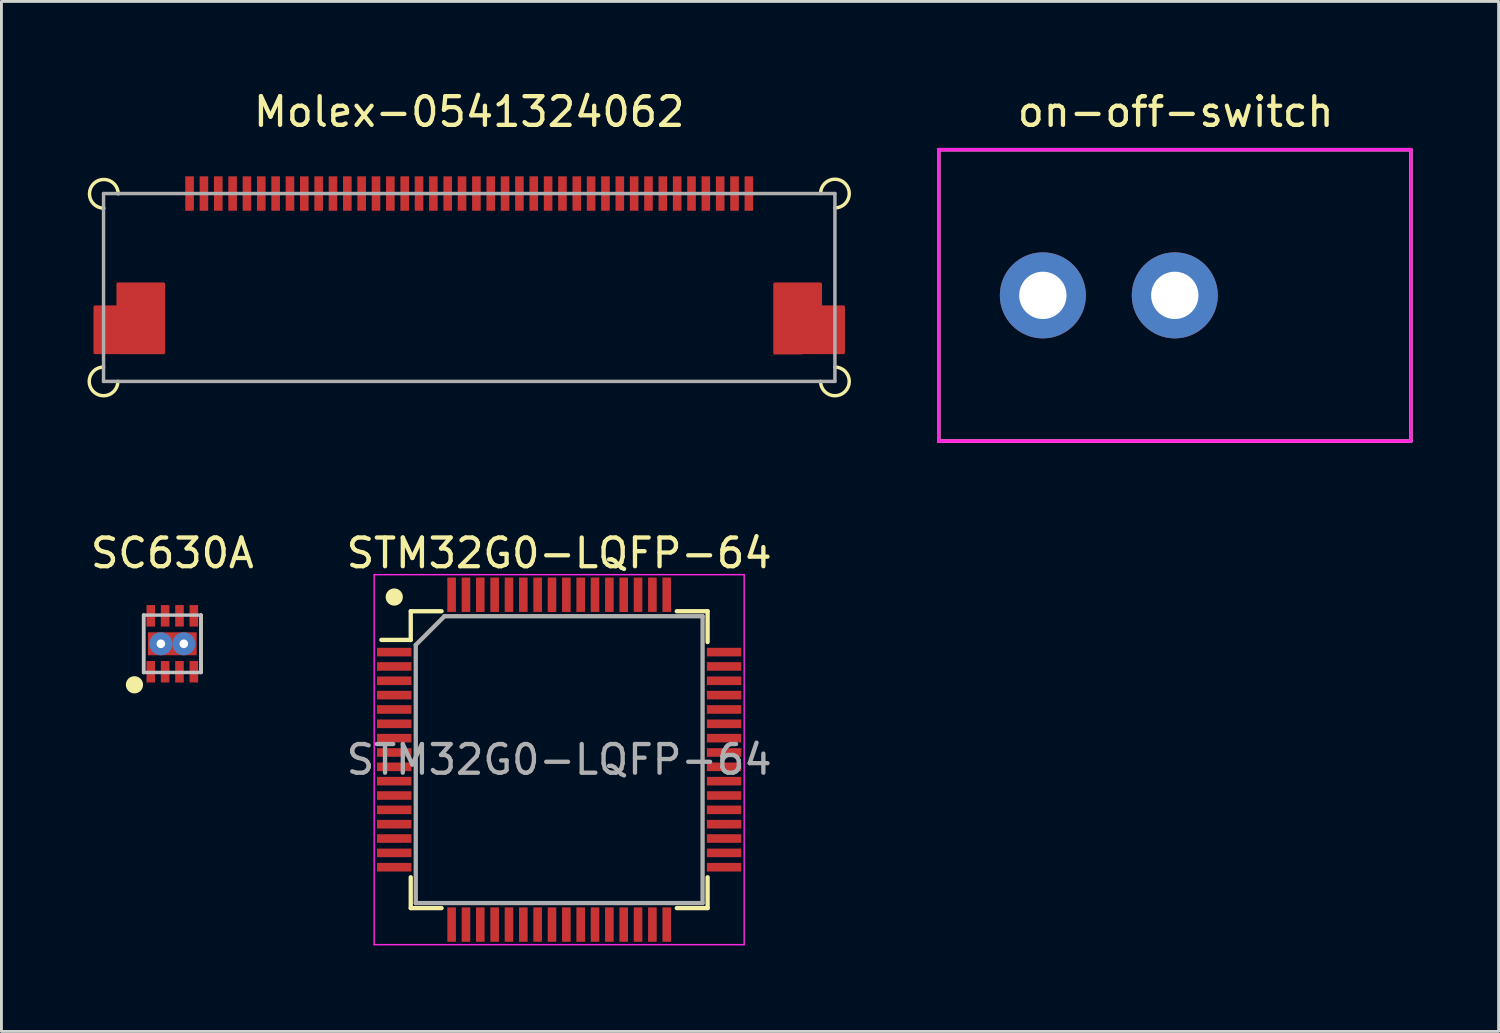
<source format=kicad_pcb>
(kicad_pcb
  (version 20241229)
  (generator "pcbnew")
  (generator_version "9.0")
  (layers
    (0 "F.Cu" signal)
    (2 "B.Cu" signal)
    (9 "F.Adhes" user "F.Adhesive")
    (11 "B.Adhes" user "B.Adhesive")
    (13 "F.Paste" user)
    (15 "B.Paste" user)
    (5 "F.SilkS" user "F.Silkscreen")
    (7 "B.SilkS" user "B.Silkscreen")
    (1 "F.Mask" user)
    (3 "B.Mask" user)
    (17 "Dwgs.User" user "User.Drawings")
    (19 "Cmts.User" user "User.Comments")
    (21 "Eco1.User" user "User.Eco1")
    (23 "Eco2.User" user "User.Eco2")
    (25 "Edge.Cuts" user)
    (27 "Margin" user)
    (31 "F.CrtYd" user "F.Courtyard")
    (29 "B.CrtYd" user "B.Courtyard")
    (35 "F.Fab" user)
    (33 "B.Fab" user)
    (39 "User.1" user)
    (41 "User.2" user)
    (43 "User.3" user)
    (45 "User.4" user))
  (footprint "STM32G0-LQFP-64"
    (layer "F.Cu")
    (at 16.446 23.436)
    (property "Reference" "STM32G0-LQFP-64" (at 0 -7.2 0) (layer "F.SilkS") (effects (font (size 1 1) (thickness 0.15))))
    (attr smd)
    (fp_line (start -5.175 -5.175) (end -5.175 -4.175) (stroke (width 0.15) (type solid)) (layer "F.SilkS"))
    (fp_line (start -5.175 -5.175) (end -4.1 -5.175) (stroke (width 0.15) (type solid)) (layer "F.SilkS"))
    (fp_line (start -5.175 -4.175) (end -6.2 -4.175) (stroke (width 0.15) (type solid)) (layer "F.SilkS"))
    (fp_line (start -5.175 5.175) (end -5.175 4.1) (stroke (width 0.15) (type solid)) (layer "F.SilkS"))
    (fp_line (start -5.175 5.175) (end -4.1 5.175) (stroke (width 0.15) (type solid)) (layer "F.SilkS"))
    (fp_line (start 5.175 -5.175) (end 4.1 -5.175) (stroke (width 0.15) (type solid)) (layer "F.SilkS"))
    (fp_line (start 5.175 -5.175) (end 5.175 -4.1) (stroke (width 0.15) (type solid)) (layer "F.SilkS"))
    (fp_line (start 5.175 5.175) (end 4.1 5.175) (stroke (width 0.15) (type solid)) (layer "F.SilkS"))
    (fp_line (start 5.175 5.175) (end 5.175 4.1) (stroke (width 0.15) (type solid)) (layer "F.SilkS"))
    (fp_circle (center -5.75 -5.67) (end -5.6 -5.67) (stroke (width 0.3) (type solid)) (fill no) (layer "F.SilkS"))
    (fp_line (start -6.45 -6.45) (end -6.45 6.45) (stroke (width 0.05) (type solid)) (layer "F.CrtYd"))
    (fp_line (start -6.45 -6.45) (end 6.45 -6.45) (stroke (width 0.05) (type solid)) (layer "F.CrtYd"))
    (fp_line (start -6.45 6.45) (end 6.45 6.45) (stroke (width 0.05) (type solid)) (layer "F.CrtYd"))
    (fp_line (start 6.45 -6.45) (end 6.45 6.45) (stroke (width 0.05) (type solid)) (layer "F.CrtYd"))
    (fp_line (start -5 -4) (end -4 -5) (stroke (width 0.15) (type solid)) (layer "F.Fab"))
    (fp_line (start -5 5) (end -5 -4) (stroke (width 0.15) (type solid)) (layer "F.Fab"))
    (fp_line (start -4 -5) (end 5 -5) (stroke (width 0.15) (type solid)) (layer "F.Fab"))
    (fp_line (start 5 -5) (end 5 5) (stroke (width 0.15) (type solid)) (layer "F.Fab"))
    (fp_line (start 5 5) (end -5 5) (stroke (width 0.15) (type solid)) (layer "F.Fab"))
    (fp_text user "${REFERENCE}" (at 0 0 0) (layer "F.Fab") (effects (font (size 1 1) (thickness 0.15))))
    (pad "1" smd rect (at -5.75 -3.75) (size 1.2 0.3) (layers "F.Cu" "F.Mask" "F.Paste"))
    (pad "2" smd rect (at -5.75 -3.25) (size 1.2 0.3) (layers "F.Cu" "F.Mask" "F.Paste"))
    (pad "3" smd rect (at -5.75 -2.75) (size 1.2 0.3) (layers "F.Cu" "F.Mask" "F.Paste"))
    (pad "4" smd rect (at -5.75 -2.25) (size 1.2 0.3) (layers "F.Cu" "F.Mask" "F.Paste"))
    (pad "5" smd rect (at -5.75 -1.75) (size 1.2 0.3) (layers "F.Cu" "F.Mask" "F.Paste"))
    (pad "6" smd rect (at -5.75 -1.25) (size 1.2 0.3) (layers "F.Cu" "F.Mask" "F.Paste"))
    (pad "7" smd rect (at -5.75 -0.75) (size 1.2 0.3) (layers "F.Cu" "F.Mask" "F.Paste"))
    (pad "8" smd rect (at -5.75 -0.25) (size 1.2 0.3) (layers "F.Cu" "F.Mask" "F.Paste"))
    (pad "9" smd rect (at -5.75 0.25) (size 1.2 0.3) (layers "F.Cu" "F.Mask" "F.Paste"))
    (pad "10" smd rect (at -5.75 0.75) (size 1.2 0.3) (layers "F.Cu" "F.Mask" "F.Paste"))
    (pad "11" smd rect (at -5.75 1.25) (size 1.2 0.3) (layers "F.Cu" "F.Mask" "F.Paste"))
    (pad "12" smd rect (at -5.75 1.75) (size 1.2 0.3) (layers "F.Cu" "F.Mask" "F.Paste"))
    (pad "13" smd rect (at -5.75 2.25) (size 1.2 0.3) (layers "F.Cu" "F.Mask" "F.Paste"))
    (pad "14" smd rect (at -5.75 2.75) (size 1.2 0.3) (layers "F.Cu" "F.Mask" "F.Paste"))
    (pad "15" smd rect (at -5.75 3.25) (size 1.2 0.3) (layers "F.Cu" "F.Mask" "F.Paste"))
    (pad "16" smd rect (at -5.75 3.75) (size 1.2 0.3) (layers "F.Cu" "F.Mask" "F.Paste"))
    (pad "17" smd rect (at -3.75 5.75 90) (size 1.2 0.3) (layers "F.Cu" "F.Mask" "F.Paste"))
    (pad "18" smd rect (at -3.25 5.75 90) (size 1.2 0.3) (layers "F.Cu" "F.Mask" "F.Paste"))
    (pad "19" smd rect (at -2.75 5.75 90) (size 1.2 0.3) (layers "F.Cu" "F.Mask" "F.Paste"))
    (pad "20" smd rect (at -2.25 5.75 90) (size 1.2 0.3) (layers "F.Cu" "F.Mask" "F.Paste"))
    (pad "21" smd rect (at -1.75 5.75 90) (size 1.2 0.3) (layers "F.Cu" "F.Mask" "F.Paste"))
    (pad "22" smd rect (at -1.25 5.75 90) (size 1.2 0.3) (layers "F.Cu" "F.Mask" "F.Paste"))
    (pad "23" smd rect (at -0.75 5.75 90) (size 1.2 0.3) (layers "F.Cu" "F.Mask" "F.Paste"))
    (pad "24" smd rect (at -0.25 5.75 90) (size 1.2 0.3) (layers "F.Cu" "F.Mask" "F.Paste"))
    (pad "25" smd rect (at 0.25 5.75 90) (size 1.2 0.3) (layers "F.Cu" "F.Mask" "F.Paste"))
    (pad "26" smd rect (at 0.75 5.75 90) (size 1.2 0.3) (layers "F.Cu" "F.Mask" "F.Paste"))
    (pad "27" smd rect (at 1.25 5.75 90) (size 1.2 0.3) (layers "F.Cu" "F.Mask" "F.Paste"))
    (pad "28" smd rect (at 1.75 5.75 90) (size 1.2 0.3) (layers "F.Cu" "F.Mask" "F.Paste"))
    (pad "29" smd rect (at 2.25 5.75 90) (size 1.2 0.3) (layers "F.Cu" "F.Mask" "F.Paste"))
    (pad "30" smd rect (at 2.75 5.75 90) (size 1.2 0.3) (layers "F.Cu" "F.Mask" "F.Paste"))
    (pad "31" smd rect (at 3.25 5.75 90) (size 1.2 0.3) (layers "F.Cu" "F.Mask" "F.Paste"))
    (pad "32" smd rect (at 3.75 5.75 90) (size 1.2 0.3) (layers "F.Cu" "F.Mask" "F.Paste"))
    (pad "33" smd rect (at 5.75 3.75) (size 1.2 0.3) (layers "F.Cu" "F.Mask" "F.Paste"))
    (pad "34" smd rect (at 5.75 3.25) (size 1.2 0.3) (layers "F.Cu" "F.Mask" "F.Paste"))
    (pad "35" smd rect (at 5.75 2.75) (size 1.2 0.3) (layers "F.Cu" "F.Mask" "F.Paste"))
    (pad "36" smd rect (at 5.75 2.25) (size 1.2 0.3) (layers "F.Cu" "F.Mask" "F.Paste"))
    (pad "37" smd rect (at 5.75 1.75) (size 1.2 0.3) (layers "F.Cu" "F.Mask" "F.Paste"))
    (pad "38" smd rect (at 5.75 1.25) (size 1.2 0.3) (layers "F.Cu" "F.Mask" "F.Paste"))
    (pad "39" smd rect (at 5.75 0.75) (size 1.2 0.3) (layers "F.Cu" "F.Mask" "F.Paste"))
    (pad "40" smd rect (at 5.75 0.25) (size 1.2 0.3) (layers "F.Cu" "F.Mask" "F.Paste"))
    (pad "41" smd rect (at 5.75 -0.25) (size 1.2 0.3) (layers "F.Cu" "F.Mask" "F.Paste"))
    (pad "42" smd rect (at 5.75 -0.75) (size 1.2 0.3) (layers "F.Cu" "F.Mask" "F.Paste"))
    (pad "43" smd rect (at 5.75 -1.25) (size 1.2 0.3) (layers "F.Cu" "F.Mask" "F.Paste"))
    (pad "44" smd rect (at 5.75 -1.75) (size 1.2 0.3) (layers "F.Cu" "F.Mask" "F.Paste"))
    (pad "45" smd rect (at 5.75 -2.25) (size 1.2 0.3) (layers "F.Cu" "F.Mask" "F.Paste"))
    (pad "46" smd rect (at 5.75 -2.75) (size 1.2 0.3) (layers "F.Cu" "F.Mask" "F.Paste"))
    (pad "47" smd rect (at 5.75 -3.25) (size 1.2 0.3) (layers "F.Cu" "F.Mask" "F.Paste"))
    (pad "48" smd rect (at 5.75 -3.75) (size 1.2 0.3) (layers "F.Cu" "F.Mask" "F.Paste"))
    (pad "49" smd rect (at 3.75 -5.75 90) (size 1.2 0.3) (layers "F.Cu" "F.Mask" "F.Paste"))
    (pad "50" smd rect (at 3.25 -5.75 90) (size 1.2 0.3) (layers "F.Cu" "F.Mask" "F.Paste"))
    (pad "51" smd rect (at 2.75 -5.75 90) (size 1.2 0.3) (layers "F.Cu" "F.Mask" "F.Paste"))
    (pad "52" smd rect (at 2.25 -5.75 90) (size 1.2 0.3) (layers "F.Cu" "F.Mask" "F.Paste"))
    (pad "53" smd rect (at 1.75 -5.75 90) (size 1.2 0.3) (layers "F.Cu" "F.Mask" "F.Paste"))
    (pad "54" smd rect (at 1.25 -5.75 90) (size 1.2 0.3) (layers "F.Cu" "F.Mask" "F.Paste"))
    (pad "55" smd rect (at 0.75 -5.75 90) (size 1.2 0.3) (layers "F.Cu" "F.Mask" "F.Paste"))
    (pad "56" smd rect (at 0.25 -5.75 90) (size 1.2 0.3) (layers "F.Cu" "F.Mask" "F.Paste"))
    (pad "57" smd rect (at -0.25 -5.75 90) (size 1.2 0.3) (layers "F.Cu" "F.Mask" "F.Paste"))
    (pad "58" smd rect (at -0.75 -5.75 90) (size 1.2 0.3) (layers "F.Cu" "F.Mask" "F.Paste"))
    (pad "59" smd rect (at -1.25 -5.75 90) (size 1.2 0.3) (layers "F.Cu" "F.Mask" "F.Paste"))
    (pad "60" smd rect (at -1.75 -5.75 90) (size 1.2 0.3) (layers "F.Cu" "F.Mask" "F.Paste"))
    (pad "61" smd rect (at -2.25 -5.75 90) (size 1.2 0.3) (layers "F.Cu" "F.Mask" "F.Paste"))
    (pad "62" smd rect (at -2.75 -5.75 90) (size 1.2 0.3) (layers "F.Cu" "F.Mask" "F.Paste"))
    (pad "63" smd rect (at -3.25 -5.75 90) (size 1.2 0.3) (layers "F.Cu" "F.Mask" "F.Paste"))
    (pad "64" smd rect (at -3.75 -5.75 90) (size 1.2 0.3) (layers "F.Cu" "F.Mask" "F.Paste")))
  (footprint "SC630A"
    (layer "F.Cu")
    (at 2.958 19.396)
    (property "Reference" "SC630A" (at 0 -3.16 0) (layer "F.SilkS") (effects (font (size 1 1) (thickness 0.15))))
    (attr through_hole)
    (fp_line (start -1 -1) (end -1 1) (stroke (width 0.12) (type solid)) (layer "F.SilkS"))
    (fp_line (start 1 1) (end 1 -1) (stroke (width 0.12) (type solid)) (layer "F.SilkS"))
    (fp_circle (center -1.32 1.43) (end -1.17 1.43) (stroke (width 0.3) (type solid)) (fill no) (layer "F.SilkS"))
    (fp_line (start -1 -1) (end -1 1) (stroke (width 0.12) (type solid)) (layer "Dwgs.User"))
    (fp_line (start -1 -1) (end 1 -1) (stroke (width 0.12) (type solid)) (layer "Dwgs.User"))
    (fp_line (start -1 1) (end 1 1) (stroke (width 0.12) (type solid)) (layer "Dwgs.User"))
    (fp_line (start 1 -1) (end 1 1) (stroke (width 0.12) (type solid)) (layer "Dwgs.User"))
    (pad "1" smd rect (at -0.75 0.975) (size 0.3 0.75) (layers "F.Cu" "F.Mask" "F.Paste"))
    (pad "2" smd rect (at -0.25 0.975) (size 0.3 0.75) (layers "F.Cu" "F.Mask" "F.Paste"))
    (pad "3" smd rect (at 0.25 0.975) (size 0.3 0.75) (layers "F.Cu" "F.Mask" "F.Paste"))
    (pad "4" smd rect (at 0.75 0.975) (size 0.3 0.75) (layers "F.Cu" "F.Mask" "F.Paste"))
    (pad "5" smd rect (at 0.75 -0.975) (size 0.3 0.75) (layers "F.Cu" "F.Mask" "F.Paste"))
    (pad "6" smd rect (at 0.25 -0.975) (size 0.3 0.75) (layers "F.Cu" "F.Mask" "F.Paste"))
    (pad "7" smd rect (at -0.25 -0.975) (size 0.3 0.75) (layers "F.Cu" "F.Mask" "F.Paste"))
    (pad "8" smd rect (at -0.75 -0.975) (size 0.3 0.75) (layers "F.Cu" "F.Mask" "F.Paste"))
    (pad "9" thru_hole circle (at -0.4 0) (size 0.8 0.8) (drill 0.3) (layers "*.Cu" "*.Mask"))
    (pad "9" smd rect (at 0 0) (size 1.7 0.8) (layers "F.Cu" "F.Mask" "F.Paste"))
    (pad "9" thru_hole circle (at 0.4 0) (size 0.8 0.8) (drill 0.3) (layers "*.Cu" "*.Mask")))
  (footprint "Molex-0541324062"
    (layer "F.Cu")
    (at 13.31 5.348)
    (property "Reference" "Molex-0541324062" (at 0 -4.5 0) (layer "F.SilkS") (effects (font (size 1 1) (thickness 0.15))))
    (attr through_hole)
    (fp_arc (start -12.74 -1.139101) (mid -13.094189 -1.994189) (end -12.239101 -1.64) (stroke (width 0.12) (type solid)) (layer "F.SilkS"))
    (fp_arc (start -12.25 4.9) (mid -13.103553 5.253553) (end -12.75 4.4) (stroke (width 0.12) (type solid)) (layer "F.SilkS"))
    (fp_arc (start 12.249901 -1.65) (mid 13.103623 -2.003623) (end 12.75 -1.149901) (stroke (width 0.12) (type solid)) (layer "F.SilkS"))
    (fp_arc (start 12.75 4.4) (mid 13.103553 5.253553) (end 12.25 4.9) (stroke (width 0.12) (type solid)) (layer "F.SilkS"))
    (fp_line (start -12.75 -1.65) (end -12.75 4.9) (stroke (width 0.12) (type solid)) (layer "F.Fab"))
    (fp_line (start -12.75 -1.65) (end 12.75 -1.65) (stroke (width 0.12) (type solid)) (layer "F.Fab"))
    (fp_line (start -12.75 4.9) (end 12.75 4.9) (stroke (width 0.12) (type solid)) (layer "F.Fab"))
    (fp_line (start 12.75 4.9) (end 12.75 -1.65) (stroke (width 0.12) (type solid)) (layer "F.Fab"))
    (pad "" smd custom (at -11.39 3.19) (size 1.524 1.524) (layers "F.Cu" "F.Mask" "F.Paste") (options (anchor rect)) (primitives (gr_poly (pts (xy 0.74 -1.69) (xy 0.74 0.71) (xy -1.66 0.71) (xy -1.66 -0.89) (xy -0.86 -0.89) (xy -0.86 -1.69)) (width 0.1) (fill yes))))
    (pad "" smd custom (at 11.11 3.46) (size 1 1) (layers "F.Cu" "F.Mask" "F.Paste") (options (anchor rect)) (primitives (gr_poly (pts (xy -0.46 -1.96) (xy -0.46 0.44) (xy 1.94 0.44) (xy 1.94 -1.16) (xy 1.14 -1.16) (xy 1.14 -1.96)) (width 0.1) (fill yes))))
    (pad "1" smd rect (at -9.75 -1.65) (size 0.3 1.2) (layers "F.Cu" "F.Mask" "F.Paste"))
    (pad "2" smd rect (at -9.25 -1.65) (size 0.3 1.2) (layers "F.Cu" "F.Mask" "F.Paste"))
    (pad "3" smd rect (at -8.75 -1.65) (size 0.3 1.2) (layers "F.Cu" "F.Mask" "F.Paste"))
    (pad "4" smd rect (at -8.25 -1.65) (size 0.3 1.2) (layers "F.Cu" "F.Mask" "F.Paste"))
    (pad "5" smd rect (at -7.75 -1.65) (size 0.3 1.2) (layers "F.Cu" "F.Mask" "F.Paste"))
    (pad "6" smd rect (at -7.25 -1.65) (size 0.3 1.2) (layers "F.Cu" "F.Mask" "F.Paste"))
    (pad "7" smd rect (at -6.75 -1.65) (size 0.3 1.2) (layers "F.Cu" "F.Mask" "F.Paste"))
    (pad "8" smd rect (at -6.25 -1.65) (size 0.3 1.2) (layers "F.Cu" "F.Mask" "F.Paste"))
    (pad "9" smd rect (at -5.75 -1.65) (size 0.3 1.2) (layers "F.Cu" "F.Mask" "F.Paste"))
    (pad "10" smd rect (at -5.25 -1.65) (size 0.3 1.2) (layers "F.Cu" "F.Mask" "F.Paste"))
    (pad "11" smd rect (at -4.75 -1.65) (size 0.3 1.2) (layers "F.Cu" "F.Mask" "F.Paste"))
    (pad "12" smd rect (at -4.25 -1.65) (size 0.3 1.2) (layers "F.Cu" "F.Mask" "F.Paste"))
    (pad "13" smd rect (at -3.75 -1.65) (size 0.3 1.2) (layers "F.Cu" "F.Mask" "F.Paste"))
    (pad "14" smd rect (at -3.25 -1.65) (size 0.3 1.2) (layers "F.Cu" "F.Mask" "F.Paste"))
    (pad "15" smd rect (at -2.75 -1.65) (size 0.3 1.2) (layers "F.Cu" "F.Mask" "F.Paste"))
    (pad "16" smd rect (at -2.25 -1.65) (size 0.3 1.2) (layers "F.Cu" "F.Mask" "F.Paste"))
    (pad "17" smd rect (at -1.75 -1.65) (size 0.3 1.2) (layers "F.Cu" "F.Mask" "F.Paste"))
    (pad "18" smd rect (at -1.25 -1.65) (size 0.3 1.2) (layers "F.Cu" "F.Mask" "F.Paste"))
    (pad "19" smd rect (at -0.75 -1.65) (size 0.3 1.2) (layers "F.Cu" "F.Mask" "F.Paste"))
    (pad "20" smd rect (at -0.25 -1.65) (size 0.3 1.2) (layers "F.Cu" "F.Mask" "F.Paste"))
    (pad "21" smd rect (at 0.25 -1.65) (size 0.3 1.2) (layers "F.Cu" "F.Mask" "F.Paste"))
    (pad "22" smd rect (at 0.75 -1.65) (size 0.3 1.2) (layers "F.Cu" "F.Mask" "F.Paste"))
    (pad "23" smd rect (at 1.25 -1.65) (size 0.3 1.2) (layers "F.Cu" "F.Mask" "F.Paste"))
    (pad "24" smd rect (at 1.75 -1.65) (size 0.3 1.2) (layers "F.Cu" "F.Mask" "F.Paste"))
    (pad "25" smd rect (at 2.25 -1.65) (size 0.3 1.2) (layers "F.Cu" "F.Mask" "F.Paste"))
    (pad "26" smd rect (at 2.75 -1.65) (size 0.3 1.2) (layers "F.Cu" "F.Mask" "F.Paste"))
    (pad "27" smd rect (at 3.25 -1.65) (size 0.3 1.2) (layers "F.Cu" "F.Mask" "F.Paste"))
    (pad "28" smd rect (at 3.75 -1.65) (size 0.3 1.2) (layers "F.Cu" "F.Mask" "F.Paste"))
    (pad "29" smd rect (at 4.25 -1.65) (size 0.3 1.2) (layers "F.Cu" "F.Mask" "F.Paste"))
    (pad "30" smd rect (at 4.75 -1.65) (size 0.3 1.2) (layers "F.Cu" "F.Mask" "F.Paste"))
    (pad "31" smd rect (at 5.25 -1.65) (size 0.3 1.2) (layers "F.Cu" "F.Mask" "F.Paste"))
    (pad "32" smd rect (at 5.75 -1.65) (size 0.3 1.2) (layers "F.Cu" "F.Mask" "F.Paste"))
    (pad "33" smd rect (at 6.25 -1.65) (size 0.3 1.2) (layers "F.Cu" "F.Mask" "F.Paste"))
    (pad "34" smd rect (at 6.75 -1.65) (size 0.3 1.2) (layers "F.Cu" "F.Mask" "F.Paste"))
    (pad "35" smd rect (at 7.25 -1.65) (size 0.3 1.2) (layers "F.Cu" "F.Mask" "F.Paste"))
    (pad "36" smd rect (at 7.75 -1.65) (size 0.3 1.2) (layers "F.Cu" "F.Mask" "F.Paste"))
    (pad "37" smd rect (at 8.25 -1.65) (size 0.3 1.2) (layers "F.Cu" "F.Mask" "F.Paste"))
    (pad "38" smd rect (at 8.75 -1.65) (size 0.3 1.2) (layers "F.Cu" "F.Mask" "F.Paste"))
    (pad "39" smd rect (at 9.25 -1.65) (size 0.3 1.2) (layers "F.Cu" "F.Mask" "F.Paste"))
    (pad "40" smd rect (at 9.75 -1.65) (size 0.3 1.2) (layers "F.Cu" "F.Mask" "F.Paste")))
  (footprint "on-off-switch"
    (layer "F.Cu")
    (at 37.91 7.248)
    (property "Reference" "on-off-switch" (at 0.03 -6.4 0) (layer "F.SilkS") (effects (font (size 1 1) (thickness 0.15))))
    (attr through_hole)
    (fp_line (start -8.23 -5.08) (end -8.23 5.08) (stroke (width 0.12) (type solid)) (layer "F.SilkS"))
    (fp_line (start -8.23 -5.08) (end 8.23 -5.08) (stroke (width 0.12) (type solid)) (layer "F.SilkS"))
    (fp_line (start -8.23 5.08) (end 8.23 5.08) (stroke (width 0.12) (type solid)) (layer "F.SilkS"))
    (fp_line (start 8.23 -5.08) (end 8.23 5.08) (stroke (width 0.12) (type solid)) (layer "F.SilkS"))
    (fp_line (start -8.23 -5.08) (end -8.23 5.08) (stroke (width 0.12) (type solid)) (layer "F.CrtYd"))
    (fp_line (start -8.23 -5.08) (end 8.23 -5.08) (stroke (width 0.12) (type solid)) (layer "F.CrtYd"))
    (fp_line (start -8.23 5.08) (end 8.23 5.08) (stroke (width 0.12) (type solid)) (layer "F.CrtYd"))
    (fp_line (start 8.23 -5.08) (end 8.23 5.08) (stroke (width 0.12) (type solid)) (layer "F.CrtYd"))
    (pad "1" thru_hole circle (at -4.6 0) (size 3 3) (drill 1.65) (layers "*.Cu" "*.Mask"))
    (pad "2" thru_hole circle (at 0 0) (size 3 3) (drill 1.65) (layers "*.Cu" "*.Mask")))
  (gr_rect
    (start -3 -3)
    (end 49.2 32.911)
    (stroke (width 0.1) (type default))
    (fill no)
    (layer "Edge.Cuts")))
</source>
